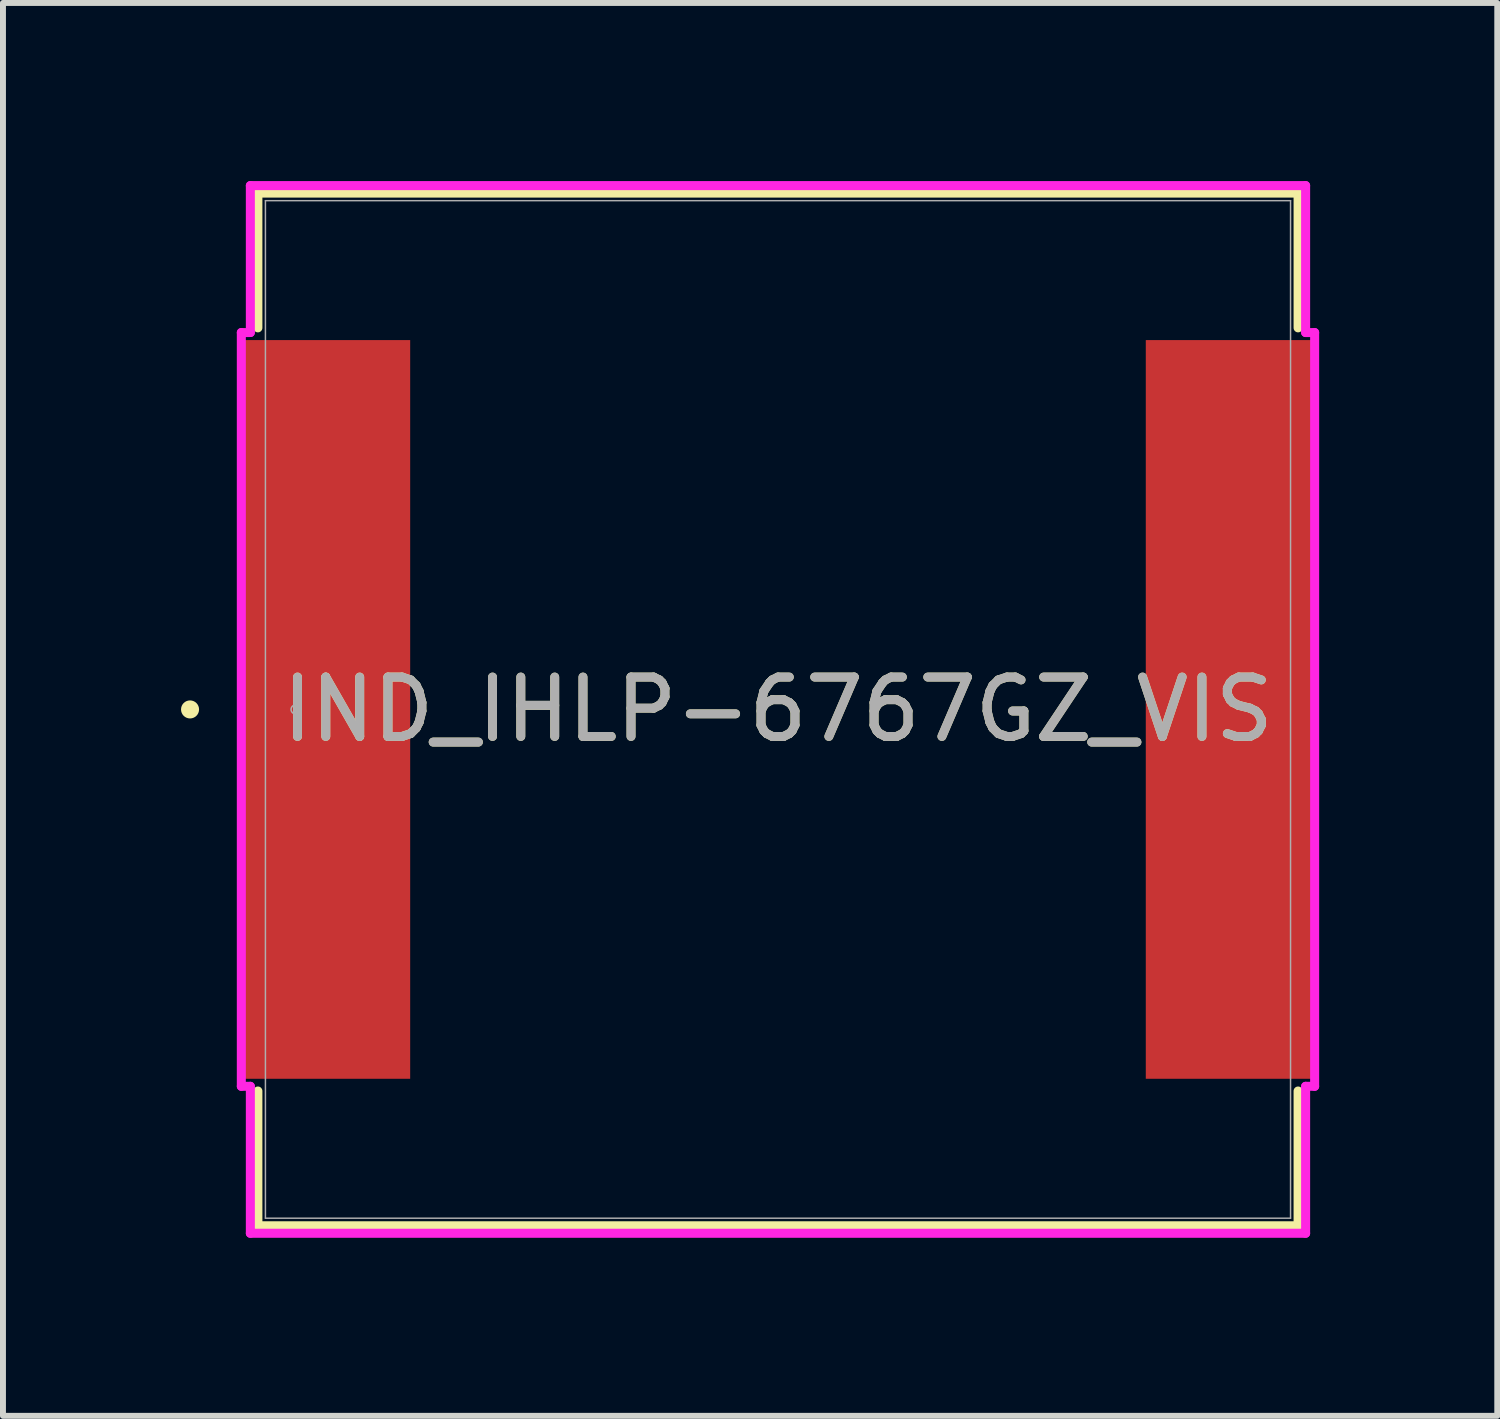
<source format=kicad_pcb>
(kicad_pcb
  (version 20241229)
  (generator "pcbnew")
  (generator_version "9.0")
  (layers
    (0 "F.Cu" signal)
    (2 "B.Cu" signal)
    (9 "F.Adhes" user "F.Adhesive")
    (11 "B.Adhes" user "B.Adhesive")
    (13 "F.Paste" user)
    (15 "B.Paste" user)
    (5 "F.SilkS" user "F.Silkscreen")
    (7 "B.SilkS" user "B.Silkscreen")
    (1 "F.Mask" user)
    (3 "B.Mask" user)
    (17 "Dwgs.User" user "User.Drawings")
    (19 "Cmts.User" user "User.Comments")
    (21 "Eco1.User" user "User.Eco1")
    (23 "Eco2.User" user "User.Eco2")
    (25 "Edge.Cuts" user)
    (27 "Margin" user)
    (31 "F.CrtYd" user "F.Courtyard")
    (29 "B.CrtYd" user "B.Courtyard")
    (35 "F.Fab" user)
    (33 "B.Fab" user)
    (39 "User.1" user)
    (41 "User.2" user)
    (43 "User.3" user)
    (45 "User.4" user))
  (footprint "IND_IHLP-6767GZ_VIS"
    (layer "F.Cu")
    (at 10.058 8.903)
    (property "Reference" "IND_IHLP-6767GZ_VIS" (at 0 0 0) (unlocked yes) (layer "F.SilkS") (effects (font (size 1 1) (thickness 0.15))))
    (attr smd)
    (fp_line (start -8.763 -8.7) (end -8.763 -6.429) (stroke (width 0.152) (type solid)) (layer "F.SilkS"))
    (fp_line (start -8.763 6.429) (end -8.763 8.7) (stroke (width 0.152) (type solid)) (layer "F.SilkS"))
    (fp_line (start -8.763 8.7) (end 8.763 8.7) (stroke (width 0.152) (type solid)) (layer "F.SilkS"))
    (fp_line (start 8.763 -8.7) (end -8.763 -8.7) (stroke (width 0.152) (type solid)) (layer "F.SilkS"))
    (fp_line (start 8.763 -6.429) (end 8.763 -8.7) (stroke (width 0.152) (type solid)) (layer "F.SilkS"))
    (fp_line (start 8.763 8.7) (end 8.763 6.429) (stroke (width 0.152) (type solid)) (layer "F.SilkS"))
    (fp_circle (center -9.906 0) (end -9.83 0) (stroke (width 0.152) (type solid)) (fill no) (layer "F.SilkS"))
    (fp_line (start -9.042 -6.35) (end -8.89 -6.35) (stroke (width 0.152) (type solid)) (layer "F.CrtYd"))
    (fp_line (start -9.042 6.35) (end -9.042 -6.35) (stroke (width 0.152) (type solid)) (layer "F.CrtYd"))
    (fp_line (start -8.89 -8.826) (end 8.89 -8.826) (stroke (width 0.152) (type solid)) (layer "F.CrtYd"))
    (fp_line (start -8.89 -6.35) (end -8.89 -8.826) (stroke (width 0.152) (type solid)) (layer "F.CrtYd"))
    (fp_line (start -8.89 6.35) (end -9.042 6.35) (stroke (width 0.152) (type solid)) (layer "F.CrtYd"))
    (fp_line (start -8.89 8.826) (end -8.89 6.35) (stroke (width 0.152) (type solid)) (layer "F.CrtYd"))
    (fp_line (start 8.89 -8.826) (end 8.89 -6.35) (stroke (width 0.152) (type solid)) (layer "F.CrtYd"))
    (fp_line (start 8.89 -6.35) (end 9.042 -6.35) (stroke (width 0.152) (type solid)) (layer "F.CrtYd"))
    (fp_line (start 8.89 6.35) (end 8.89 8.826) (stroke (width 0.152) (type solid)) (layer "F.CrtYd"))
    (fp_line (start 8.89 8.826) (end -8.89 8.826) (stroke (width 0.152) (type solid)) (layer "F.CrtYd"))
    (fp_line (start 9.042 -6.35) (end 9.042 6.35) (stroke (width 0.152) (type solid)) (layer "F.CrtYd"))
    (fp_line (start 9.042 6.35) (end 8.89 6.35) (stroke (width 0.152) (type solid)) (layer "F.CrtYd"))
    (fp_line (start -8.636 -8.572) (end -8.636 8.572) (stroke (width 0.025) (type solid)) (layer "F.Fab"))
    (fp_line (start -8.636 8.572) (end 8.636 8.572) (stroke (width 0.025) (type solid)) (layer "F.Fab"))
    (fp_line (start 8.636 -8.572) (end -8.636 -8.572) (stroke (width 0.025) (type solid)) (layer "F.Fab"))
    (fp_line (start 8.636 8.572) (end 8.636 -8.572) (stroke (width 0.025) (type solid)) (layer "F.Fab"))
    (fp_circle (center -8.128 0) (end -8.052 0) (stroke (width 0.025) (type solid)) (fill no) (layer "F.Fab"))
    (fp_text user "${REFERENCE}" (at 0 0 0) (unlocked yes) (layer "F.Fab") (effects (font (size 1 1) (thickness 0.15))))
    (pad "1" smd rect (at -7.645 0 90) (size 12.446 2.896) (layers "F.Cu" "F.Mask" "F.Paste"))
    (pad "2" smd rect (at 7.645 0 90) (size 12.446 2.896) (layers "F.Cu" "F.Mask" "F.Paste"))
    (zone (net_name "") (layer "F.Cu") (hatch full 0.508) (connect_pads) (min_thickness 0.254) (filled_areas_thickness no) (keepout (tracks not_allowed) (vias not_allowed) (pads allowed) (copperpour not_allowed) (footprints allowed)) (placement (enabled no)) (fill) (polygon (pts (xy 0.965 0.089) (xy 19.152 0.114) (xy 19.152 2.68) (xy 0.965 2.68))))
    (zone (net_name "") (layer "F.Cu") (hatch full 0.508) (connect_pads) (min_thickness 0.254) (filled_areas_thickness no) (keepout (tracks not_allowed) (vias not_allowed) (pads allowed) (copperpour not_allowed) (footprints allowed)) (placement (enabled no)) (fill) (polygon (pts (xy 1.012 15.202) (xy 19.122 15.1) (xy 19.122 17.475) (xy 1.012 17.577))))
    (zone (net_name "") (layer "F.Cu") (hatch full 0.508) (connect_pads) (min_thickness 0.254) (filled_areas_thickness no) (keepout (tracks not_allowed) (vias not_allowed) (pads allowed) (copperpour not_allowed) (footprints allowed)) (placement (enabled no)) (fill) (polygon (pts (xy 3.861 2.68) (xy 16.256 2.68) (xy 16.256 15.126) (xy 3.861 15.126)))))
  (gr_rect
    (start -3 -3)
    (end 22.177 20.805)
    (stroke (width 0.1) (type default))
    (fill no)
    (layer "Edge.Cuts")))
</source>
